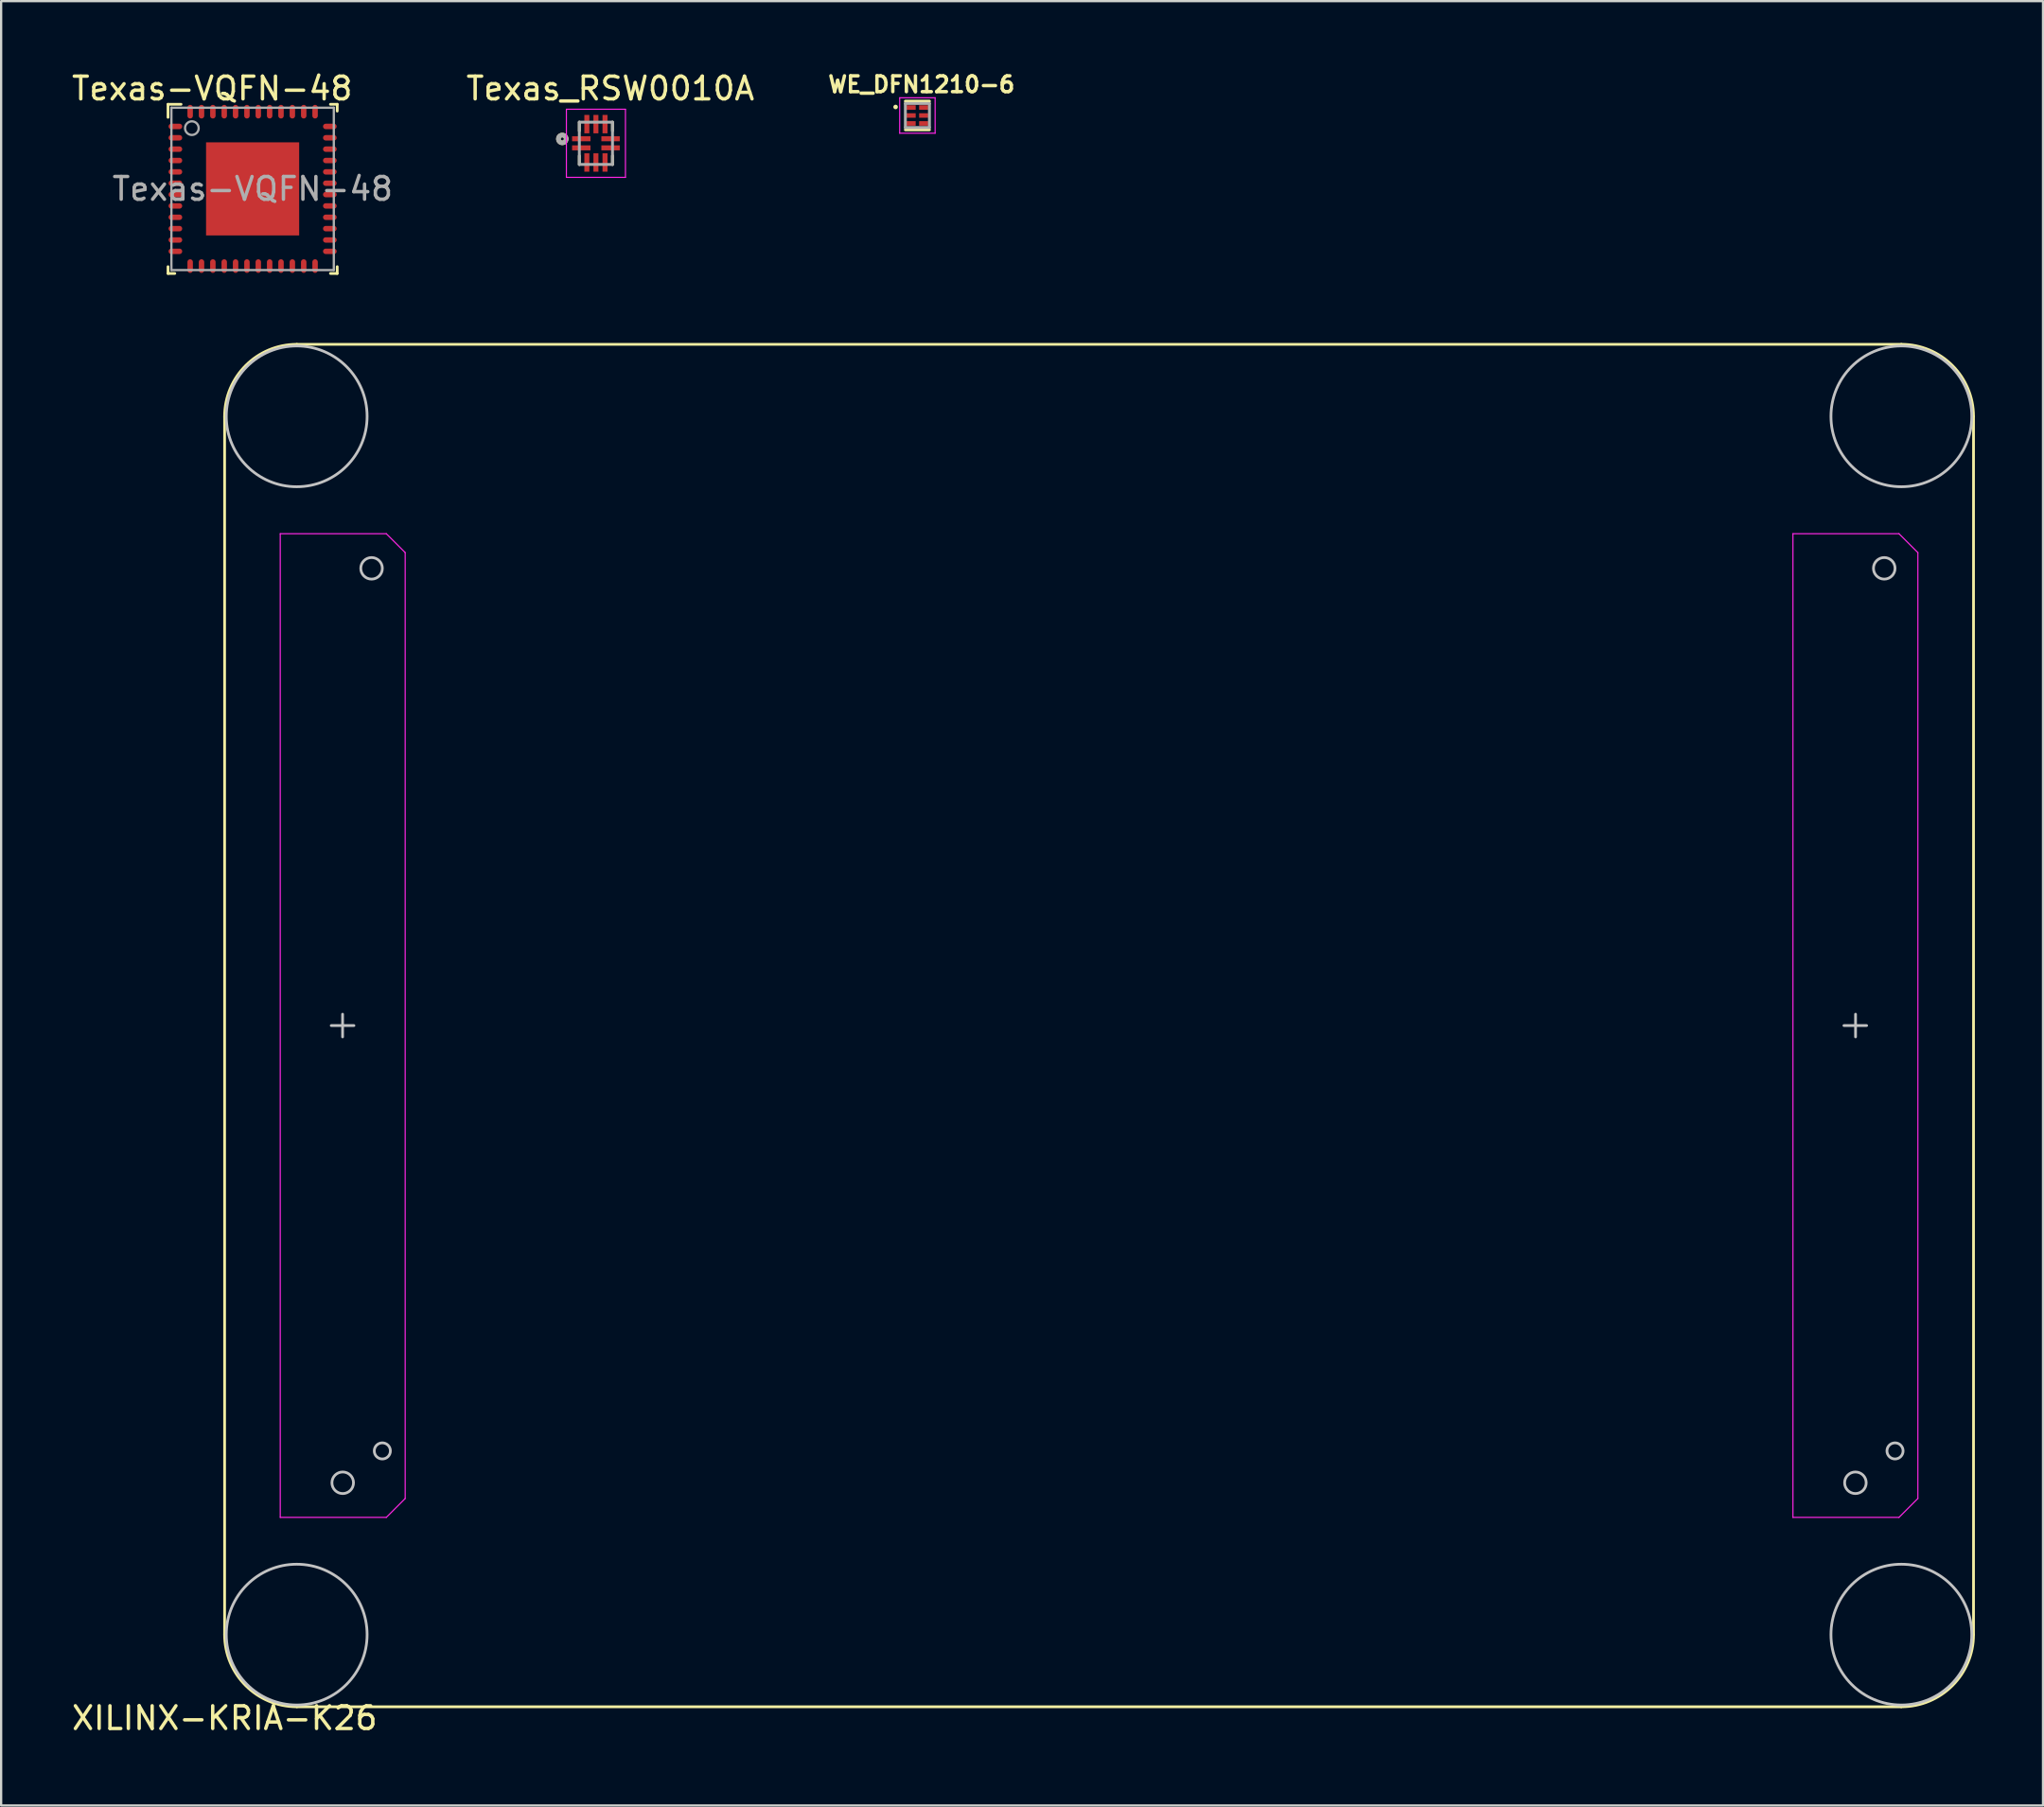
<source format=kicad_pcb>
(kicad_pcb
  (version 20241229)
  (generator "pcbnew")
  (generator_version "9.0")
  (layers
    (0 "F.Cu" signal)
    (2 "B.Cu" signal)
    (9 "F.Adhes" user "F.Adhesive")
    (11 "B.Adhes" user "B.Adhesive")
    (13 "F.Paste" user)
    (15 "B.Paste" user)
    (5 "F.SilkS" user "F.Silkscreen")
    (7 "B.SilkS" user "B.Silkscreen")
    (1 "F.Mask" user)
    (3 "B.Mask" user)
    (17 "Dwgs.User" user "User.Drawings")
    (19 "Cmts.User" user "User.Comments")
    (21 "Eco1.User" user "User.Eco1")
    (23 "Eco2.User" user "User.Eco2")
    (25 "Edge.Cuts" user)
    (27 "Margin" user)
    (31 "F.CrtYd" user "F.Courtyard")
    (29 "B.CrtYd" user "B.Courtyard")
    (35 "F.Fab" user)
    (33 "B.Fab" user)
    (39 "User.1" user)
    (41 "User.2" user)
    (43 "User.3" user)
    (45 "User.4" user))
  (footprint "Texas-VQFN-48"
    (layer "F.Cu")
    (at 8.072 5.268)
    (property "Reference" "Texas-VQFN-48" (at -1.78 -4.42 0) (layer "F.SilkS") (effects (font (size 1 1) (thickness 0.15))))
    (attr through_hole)
    (fp_line (start -3.725 -3.725) (end -3.15 -3.725) (stroke (width 0.12) (type solid)) (layer "F.SilkS"))
    (fp_line (start -3.725 -3.15) (end -3.725 -3.725) (stroke (width 0.12) (type solid)) (layer "F.SilkS"))
    (fp_line (start -3.725 3.725) (end -3.725 3.425) (stroke (width 0.12) (type solid)) (layer "F.SilkS"))
    (fp_line (start -3.725 3.725) (end -3.425 3.725) (stroke (width 0.12) (type solid)) (layer "F.SilkS"))
    (fp_line (start 3.425 -3.725) (end 3.725 -3.725) (stroke (width 0.12) (type solid)) (layer "F.SilkS"))
    (fp_line (start 3.425 3.725) (end 3.725 3.725) (stroke (width 0.12) (type solid)) (layer "F.SilkS"))
    (fp_line (start 3.725 -3.425) (end 3.725 -3.725) (stroke (width 0.12) (type solid)) (layer "F.SilkS"))
    (fp_line (start 3.725 3.725) (end 3.725 3.425) (stroke (width 0.12) (type solid)) (layer "F.SilkS"))
    (fp_poly (pts (xy -0.778 -1.935) (xy -1.935 -1.935) (xy -1.935 -0.778) (xy -0.778 -0.778)) (stroke (width 0.1) (type solid)) (fill yes) (layer "F.Paste"))
    (fp_poly (pts (xy -0.778 -0.579) (xy -1.935 -0.579) (xy -1.935 0.579) (xy -0.778 0.579)) (stroke (width 0.1) (type solid)) (fill yes) (layer "F.Paste"))
    (fp_poly (pts (xy -0.778 0.778) (xy -1.935 0.778) (xy -1.935 1.935) (xy -0.778 1.935)) (stroke (width 0.1) (type solid)) (fill yes) (layer "F.Paste"))
    (fp_poly (pts (xy -0.579 -0.778) (xy 0.579 -0.778) (xy 0.579 -1.935) (xy -0.579 -1.935)) (stroke (width 0.1) (type solid)) (fill yes) (layer "F.Paste"))
    (fp_poly (pts (xy -0.579 0.579) (xy 0.579 0.579) (xy 0.579 -0.579) (xy -0.579 -0.579)) (stroke (width 0.1) (type solid)) (fill yes) (layer "F.Paste"))
    (fp_poly (pts (xy -0.579 1.935) (xy 0.579 1.935) (xy 0.579 0.778) (xy -0.579 0.778)) (stroke (width 0.1) (type solid)) (fill yes) (layer "F.Paste"))
    (fp_poly (pts (xy 0.778 -0.778) (xy 1.935 -0.778) (xy 1.935 -1.935) (xy 0.778 -1.935)) (stroke (width 0.1) (type solid)) (fill yes) (layer "F.Paste"))
    (fp_poly (pts (xy 0.778 0.579) (xy 1.935 0.579) (xy 1.935 -0.579) (xy 0.778 -0.579)) (stroke (width 0.1) (type solid)) (fill yes) (layer "F.Paste"))
    (fp_poly (pts (xy 0.778 1.935) (xy 1.935 1.935) (xy 1.935 0.778) (xy 0.778 0.778)) (stroke (width 0.1) (type solid)) (fill yes) (layer "F.Paste"))
    (fp_line (start -3.575 -3.575) (end 3.575 -3.575) (stroke (width 0.1) (type solid)) (layer "F.Fab"))
    (fp_line (start -3.575 3.575) (end -3.575 -3.575) (stroke (width 0.1) (type solid)) (layer "F.Fab"))
    (fp_line (start -3.575 3.575) (end 3.575 3.575) (stroke (width 0.1) (type solid)) (layer "F.Fab"))
    (fp_line (start 3.575 3.575) (end 3.575 -3.575) (stroke (width 0.1) (type solid)) (layer "F.Fab"))
    (fp_circle (center -2.675 -2.675) (end -2.375 -2.675) (stroke (width 0.1) (type solid)) (fill no) (layer "F.Fab"))
    (fp_text user "${REFERENCE}" (at 0 0 0) (layer "F.Fab") (effects (font (size 1 1) (thickness 0.15))))
    (pad "1" smd oval (at -3.4 -2.75 90) (size 0.24 0.6) (layers "F.Cu" "F.Mask" "F.Paste"))
    (pad "2" smd oval (at -3.4 -2.25 90) (size 0.24 0.6) (layers "F.Cu" "F.Mask" "F.Paste"))
    (pad "3" smd oval (at -3.4 -1.75 90) (size 0.24 0.6) (layers "F.Cu" "F.Mask" "F.Paste"))
    (pad "4" smd oval (at -3.4 -1.25 90) (size 0.24 0.6) (layers "F.Cu" "F.Mask" "F.Paste"))
    (pad "5" smd oval (at -3.4 -0.75 90) (size 0.24 0.6) (layers "F.Cu" "F.Mask" "F.Paste"))
    (pad "6" smd oval (at -3.4 -0.25 90) (size 0.24 0.6) (layers "F.Cu" "F.Mask" "F.Paste"))
    (pad "7" smd oval (at -3.4 0.25 90) (size 0.24 0.6) (layers "F.Cu" "F.Mask" "F.Paste"))
    (pad "8" smd oval (at -3.4 0.75 90) (size 0.24 0.6) (layers "F.Cu" "F.Mask" "F.Paste"))
    (pad "9" smd oval (at -3.4 1.25 90) (size 0.24 0.6) (layers "F.Cu" "F.Mask" "F.Paste"))
    (pad "10" smd oval (at -3.4 1.75 90) (size 0.24 0.6) (layers "F.Cu" "F.Mask" "F.Paste"))
    (pad "11" smd oval (at -3.4 2.25 90) (size 0.24 0.6) (layers "F.Cu" "F.Mask" "F.Paste"))
    (pad "12" smd oval (at -3.4 2.75 90) (size 0.24 0.6) (layers "F.Cu" "F.Mask" "F.Paste"))
    (pad "13" smd oval (at -2.75 3.4) (size 0.24 0.6) (layers "F.Cu" "F.Mask" "F.Paste"))
    (pad "14" smd oval (at -2.25 3.4) (size 0.24 0.6) (layers "F.Cu" "F.Mask" "F.Paste"))
    (pad "15" smd oval (at -1.75 3.4) (size 0.24 0.6) (layers "F.Cu" "F.Mask" "F.Paste"))
    (pad "16" smd oval (at -1.25 3.4) (size 0.24 0.6) (layers "F.Cu" "F.Mask" "F.Paste"))
    (pad "17" smd oval (at -0.75 3.4) (size 0.24 0.6) (layers "F.Cu" "F.Mask" "F.Paste"))
    (pad "18" smd oval (at -0.25 3.4) (size 0.24 0.6) (layers "F.Cu" "F.Mask" "F.Paste"))
    (pad "19" smd oval (at 0.25 3.4) (size 0.24 0.6) (layers "F.Cu" "F.Mask" "F.Paste"))
    (pad "20" smd oval (at 0.75 3.4) (size 0.24 0.6) (layers "F.Cu" "F.Mask" "F.Paste"))
    (pad "21" smd oval (at 1.25 3.4) (size 0.24 0.6) (layers "F.Cu" "F.Mask" "F.Paste"))
    (pad "22" smd oval (at 1.75 3.4) (size 0.24 0.6) (layers "F.Cu" "F.Mask" "F.Paste"))
    (pad "23" smd oval (at 2.25 3.4) (size 0.24 0.6) (layers "F.Cu" "F.Mask" "F.Paste"))
    (pad "24" smd oval (at 2.75 3.4) (size 0.24 0.6) (layers "F.Cu" "F.Mask" "F.Paste"))
    (pad "25" smd oval (at 3.4 2.75 90) (size 0.24 0.6) (layers "F.Cu" "F.Mask" "F.Paste"))
    (pad "26" smd oval (at 3.4 2.25 90) (size 0.24 0.6) (layers "F.Cu" "F.Mask" "F.Paste"))
    (pad "27" smd oval (at 3.4 1.75 90) (size 0.24 0.6) (layers "F.Cu" "F.Mask" "F.Paste"))
    (pad "28" smd oval (at 3.4 1.25 90) (size 0.24 0.6) (layers "F.Cu" "F.Mask" "F.Paste"))
    (pad "29" smd oval (at 3.4 0.75 90) (size 0.24 0.6) (layers "F.Cu" "F.Mask" "F.Paste"))
    (pad "30" smd oval (at 3.4 0.25 90) (size 0.24 0.6) (layers "F.Cu" "F.Mask" "F.Paste"))
    (pad "31" smd oval (at 3.4 -0.25 90) (size 0.24 0.6) (layers "F.Cu" "F.Mask" "F.Paste"))
    (pad "32" smd oval (at 3.4 -0.75 90) (size 0.24 0.6) (layers "F.Cu" "F.Mask" "F.Paste"))
    (pad "33" smd oval (at 3.4 -1.25 90) (size 0.24 0.6) (layers "F.Cu" "F.Mask" "F.Paste"))
    (pad "34" smd oval (at 3.4 -1.75 90) (size 0.24 0.6) (layers "F.Cu" "F.Mask" "F.Paste"))
    (pad "35" smd oval (at 3.4 -2.25 90) (size 0.24 0.6) (layers "F.Cu" "F.Mask" "F.Paste"))
    (pad "36" smd oval (at 3.4 -2.75 90) (size 0.24 0.6) (layers "F.Cu" "F.Mask" "F.Paste"))
    (pad "37" smd oval (at 2.75 -3.4) (size 0.24 0.6) (layers "F.Cu" "F.Mask" "F.Paste"))
    (pad "38" smd oval (at 2.25 -3.4) (size 0.24 0.6) (layers "F.Cu" "F.Mask" "F.Paste"))
    (pad "39" smd oval (at 1.75 -3.4) (size 0.24 0.6) (layers "F.Cu" "F.Mask" "F.Paste"))
    (pad "40" smd oval (at 1.25 -3.4) (size 0.24 0.6) (layers "F.Cu" "F.Mask" "F.Paste"))
    (pad "41" smd oval (at 0.75 -3.4) (size 0.24 0.6) (layers "F.Cu" "F.Mask" "F.Paste"))
    (pad "42" smd oval (at 0.25 -3.4) (size 0.24 0.6) (layers "F.Cu" "F.Mask" "F.Paste"))
    (pad "43" smd oval (at -0.25 -3.4) (size 0.24 0.6) (layers "F.Cu" "F.Mask" "F.Paste"))
    (pad "44" smd oval (at -0.75 -3.4) (size 0.24 0.6) (layers "F.Cu" "F.Mask" "F.Paste"))
    (pad "45" smd oval (at -1.25 -3.4) (size 0.24 0.6) (layers "F.Cu" "F.Mask" "F.Paste"))
    (pad "46" smd oval (at -1.75 -3.4) (size 0.24 0.6) (layers "F.Cu" "F.Mask" "F.Paste"))
    (pad "47" smd oval (at -2.25 -3.4) (size 0.24 0.6) (layers "F.Cu" "F.Mask" "F.Paste"))
    (pad "48" smd oval (at -2.75 -3.4) (size 0.24 0.6) (layers "F.Cu" "F.Mask" "F.Paste"))
    (pad "49" smd rect (at 0 0) (size 4.1 4.1) (layers "F.Cu" "F.Mask")))
  (footprint "Texas_RSW0010A"
    (layer "F.Cu")
    (at 23.187 3.261)
    (property "Reference" "Texas_RSW0010A" (at 0.635 -2.413 0) (layer "F.SilkS") (effects (font (size 1 1) (thickness 0.15))))
    (attr through_hole)
    (fp_line (start -0.73 -0.55) (end -0.73 -0.93) (stroke (width 0.127) (type solid)) (layer "F.SilkS"))
    (fp_line (start -0.73 0.93) (end -0.73 0.55) (stroke (width 0.127) (type solid)) (layer "F.SilkS"))
    (fp_line (start 0.73 -0.55) (end 0.73 -0.93) (stroke (width 0.127) (type solid)) (layer "F.SilkS"))
    (fp_line (start 0.73 0.93) (end 0.73 0.55) (stroke (width 0.127) (type solid)) (layer "F.SilkS"))
    (fp_circle (center -1.481 -0.192) (end -1.41 -0.192) (stroke (width 0.2) (type solid)) (fill no) (layer "F.SilkS"))
    (fp_line (start -1.3 -1.5) (end 1.3 -1.5) (stroke (width 0.05) (type solid)) (layer "F.CrtYd"))
    (fp_line (start -1.3 1.5) (end -1.3 -1.5) (stroke (width 0.05) (type solid)) (layer "F.CrtYd"))
    (fp_line (start 1.3 -1.5) (end 1.3 1.5) (stroke (width 0.05) (type solid)) (layer "F.CrtYd"))
    (fp_line (start 1.3 1.5) (end -1.3 1.5) (stroke (width 0.05) (type solid)) (layer "F.CrtYd"))
    (fp_line (start -0.73 -0.93) (end 0.73 -0.93) (stroke (width 0.127) (type solid)) (layer "F.Fab"))
    (fp_line (start -0.73 0.93) (end -0.73 -0.93) (stroke (width 0.127) (type solid)) (layer "F.Fab"))
    (fp_line (start 0.73 -0.93) (end 0.73 0.93) (stroke (width 0.127) (type solid)) (layer "F.Fab"))
    (fp_line (start 0.73 0.93) (end -0.73 0.93) (stroke (width 0.127) (type solid)) (layer "F.Fab"))
    (fp_circle (center -1.481 -0.192) (end -1.41 -0.192) (stroke (width 0.2) (type solid)) (fill no) (layer "F.Fab"))
    (pad "1" smd rect (at -0.645 -0.2) (size 0.81 0.22) (layers "F.Cu" "F.Mask" "F.Paste"))
    (pad "2" smd rect (at -0.645 0.2) (size 0.81 0.22) (layers "F.Cu" "F.Mask" "F.Paste"))
    (pad "3" smd rect (at -0.4 0.845 270) (size 0.81 0.22) (layers "F.Cu" "F.Mask" "F.Paste"))
    (pad "4" smd rect (at 0 0.845 270) (size 0.81 0.22) (layers "F.Cu" "F.Mask" "F.Paste"))
    (pad "5" smd rect (at 0.4 0.845 270) (size 0.81 0.22) (layers "F.Cu" "F.Mask" "F.Paste"))
    (pad "6" smd rect (at 0.645 0.2) (size 0.81 0.22) (layers "F.Cu" "F.Mask" "F.Paste"))
    (pad "7" smd rect (at 0.645 -0.2) (size 0.81 0.22) (layers "F.Cu" "F.Mask" "F.Paste"))
    (pad "8" smd rect (at 0.4 -0.845 270) (size 0.81 0.22) (layers "F.Cu" "F.Mask" "F.Paste"))
    (pad "9" smd rect (at 0 -0.845 270) (size 0.81 0.22) (layers "F.Cu" "F.Mask" "F.Paste"))
    (pad "10" smd rect (at -0.4 -0.845 270) (size 0.81 0.22) (layers "F.Cu" "F.Mask" "F.Paste")))
  (footprint "XILINX-KRIA-K26"
    (layer "F.Cu")
    (at 6.839 72.113)
    (property "Reference" "XILINX-KRIA-K26" (at 0 0.5 0) (layer "F.SilkS") (effects (font (size 1 1) (thickness 0.15))))
    (attr through_hole)
    (fp_line (start 0 -56.82) (end 0 -3.18) (stroke (width 0.12) (type solid)) (layer "F.SilkS"))
    (fp_line (start 3.18 -60) (end 73.82 -60) (stroke (width 0.12) (type solid)) (layer "F.SilkS"))
    (fp_line (start 3.18 0) (end 73.82 0) (stroke (width 0.12) (type solid)) (layer "F.SilkS"))
    (fp_line (start 77 -56.82) (end 77 -3.18) (stroke (width 0.12) (type solid)) (layer "F.SilkS"))
    (fp_arc (start 0 -56.82) (mid 0.9314 -59.0686) (end 3.18 -60) (stroke (width 0.12) (type solid)) (layer "F.SilkS"))
    (fp_arc (start 3.18 0) (mid 0.9314 -0.9314) (end 0 -3.18) (stroke (width 0.12) (type solid)) (layer "F.SilkS"))
    (fp_arc (start 73.82 -60) (mid 76.0686 -59.0686) (end 77 -56.82) (stroke (width 0.12) (type solid)) (layer "F.SilkS"))
    (fp_arc (start 77 -3.18) (mid 76.0686 -0.9314) (end 73.82 0) (stroke (width 0.12) (type solid)) (layer "F.SilkS"))
    (fp_line (start 4.694 -30) (end 5.694 -30) (stroke (width 0.12) (type solid)) (layer "Dwgs.User"))
    (fp_line (start 5.194 -29.5) (end 5.194 -30.5) (stroke (width 0.12) (type solid)) (layer "Dwgs.User"))
    (fp_line (start 71.294 -30) (end 72.294 -30) (stroke (width 0.12) (type solid)) (layer "Dwgs.User"))
    (fp_line (start 71.806 -29.5) (end 71.806 -30.5) (stroke (width 0.12) (type solid)) (layer "Dwgs.User"))
    (fp_circle (center 3.174 -56.828) (end 6.274 -56.828) (stroke (width 0.12) (type solid)) (fill no) (layer "Dwgs.User"))
    (fp_circle (center 3.174 -3.178) (end 6.274 -3.178) (stroke (width 0.12) (type solid)) (fill no) (layer "Dwgs.User"))
    (fp_circle (center 5.2 -9.865) (end 5.675 -9.865) (stroke (width 0.12) (type solid)) (fill no) (layer "Dwgs.User"))
    (fp_circle (center 6.47 -50.135) (end 6.945 -50.135) (stroke (width 0.12) (type solid)) (fill no) (layer "Dwgs.User"))
    (fp_circle (center 6.944 -11.268) (end 6.944 -11.623) (stroke (width 0.12) (type solid)) (fill no) (layer "Dwgs.User"))
    (fp_circle (center 71.8 -9.865) (end 72.275 -9.865) (stroke (width 0.12) (type solid)) (fill no) (layer "Dwgs.User"))
    (fp_circle (center 73.07 -50.135) (end 73.545 -50.135) (stroke (width 0.12) (type solid)) (fill no) (layer "Dwgs.User"))
    (fp_circle (center 73.544 -11.268) (end 73.544 -11.623) (stroke (width 0.12) (type solid)) (fill no) (layer "Dwgs.User"))
    (fp_circle (center 73.824 -56.828) (end 76.924 -56.828) (stroke (width 0.12) (type solid)) (fill no) (layer "Dwgs.User"))
    (fp_circle (center 73.824 -3.178) (end 76.924 -3.178) (stroke (width 0.12) (type solid)) (fill no) (layer "Dwgs.User"))
    (fp_line (start 2.45 -51.66) (end 7.118 -51.66) (stroke (width 0.05) (type solid)) (layer "F.CrtYd"))
    (fp_line (start 2.45 -8.34) (end 2.45 -51.66) (stroke (width 0.05) (type solid)) (layer "F.CrtYd"))
    (fp_line (start 7.118 -51.66) (end 7.95 -50.828) (stroke (width 0.05) (type solid)) (layer "F.CrtYd"))
    (fp_line (start 7.118 -8.34) (end 2.45 -8.34) (stroke (width 0.05) (type solid)) (layer "F.CrtYd"))
    (fp_line (start 7.95 -50.828) (end 7.95 -9.172) (stroke (width 0.05) (type solid)) (layer "F.CrtYd"))
    (fp_line (start 7.95 -9.172) (end 7.118 -8.34) (stroke (width 0.05) (type solid)) (layer "F.CrtYd"))
    (fp_line (start 69.05 -51.66) (end 73.718 -51.66) (stroke (width 0.05) (type solid)) (layer "F.CrtYd"))
    (fp_line (start 69.05 -8.34) (end 69.05 -51.66) (stroke (width 0.05) (type solid)) (layer "F.CrtYd"))
    (fp_line (start 73.718 -51.66) (end 74.55 -50.828) (stroke (width 0.05) (type solid)) (layer "F.CrtYd"))
    (fp_line (start 73.718 -8.34) (end 69.05 -8.34) (stroke (width 0.05) (type solid)) (layer "F.CrtYd"))
    (fp_line (start 74.55 -50.828) (end 74.55 -9.172) (stroke (width 0.05) (type solid)) (layer "F.CrtYd"))
    (fp_line (start 74.55 -9.172) (end 73.718 -8.34) (stroke (width 0.05) (type solid)) (layer "F.CrtYd")))
  (footprint "WE_DFN1210-6"
    (layer "F.Cu")
    (at 37.341 2.036)
    (property "Reference" "WE_DFN1210-6" (at 0.18 -1.365 0) (layer "F.SilkS") (effects (font (size 0.698 0.698) (thickness 0.15))))
    (attr through_hole)
    (fp_line (start -0.53 -0.63) (end 0.53 -0.63) (stroke (width 0.127) (type solid)) (layer "F.SilkS"))
    (fp_line (start -0.53 0.63) (end 0.53 0.63) (stroke (width 0.127) (type solid)) (layer "F.SilkS"))
    (fp_circle (center -0.96 -0.375) (end -0.91 -0.375) (stroke (width 0.1) (type solid)) (fill no) (layer "F.SilkS"))
    (fp_line (start -0.78 -0.78) (end 0.78 -0.78) (stroke (width 0.05) (type solid)) (layer "F.CrtYd"))
    (fp_line (start -0.78 0.78) (end -0.78 -0.78) (stroke (width 0.05) (type solid)) (layer "F.CrtYd"))
    (fp_line (start 0.78 -0.78) (end 0.78 0.78) (stroke (width 0.05) (type solid)) (layer "F.CrtYd"))
    (fp_line (start 0.78 0.78) (end -0.78 0.78) (stroke (width 0.05) (type solid)) (layer "F.CrtYd"))
    (fp_line (start -0.53 -0.53) (end 0.53 -0.53) (stroke (width 0.127) (type solid)) (layer "F.Fab"))
    (fp_line (start -0.53 0.53) (end -0.53 -0.53) (stroke (width 0.127) (type solid)) (layer "F.Fab"))
    (fp_line (start 0.53 -0.53) (end 0.53 0.53) (stroke (width 0.127) (type solid)) (layer "F.Fab"))
    (fp_line (start 0.53 0.53) (end -0.53 0.53) (stroke (width 0.127) (type solid)) (layer "F.Fab"))
    (pad "1" smd rect (at -0.275 -0.35) (size 0.4 0.2) (layers "F.Cu" "F.Mask" "F.Paste"))
    (pad "2" smd rect (at -0.275 0) (size 0.4 0.2) (layers "F.Cu" "F.Mask" "F.Paste"))
    (pad "3" smd rect (at -0.275 0.35) (size 0.4 0.2) (layers "F.Cu" "F.Mask" "F.Paste"))
    (pad "4" smd rect (at 0.275 0.35) (size 0.4 0.2) (layers "F.Cu" "F.Mask" "F.Paste"))
    (pad "5" smd rect (at 0.275 0) (size 0.4 0.2) (layers "F.Cu" "F.Mask" "F.Paste"))
    (pad "6" smd rect (at 0.275 -0.35) (size 0.4 0.2) (layers "F.Cu" "F.Mask" "F.Paste")))
  (gr_rect
    (start -3 -3)
    (end 86.899 76.461)
    (stroke (width 0.1) (type default))
    (fill no)
    (layer "Edge.Cuts")))
</source>
